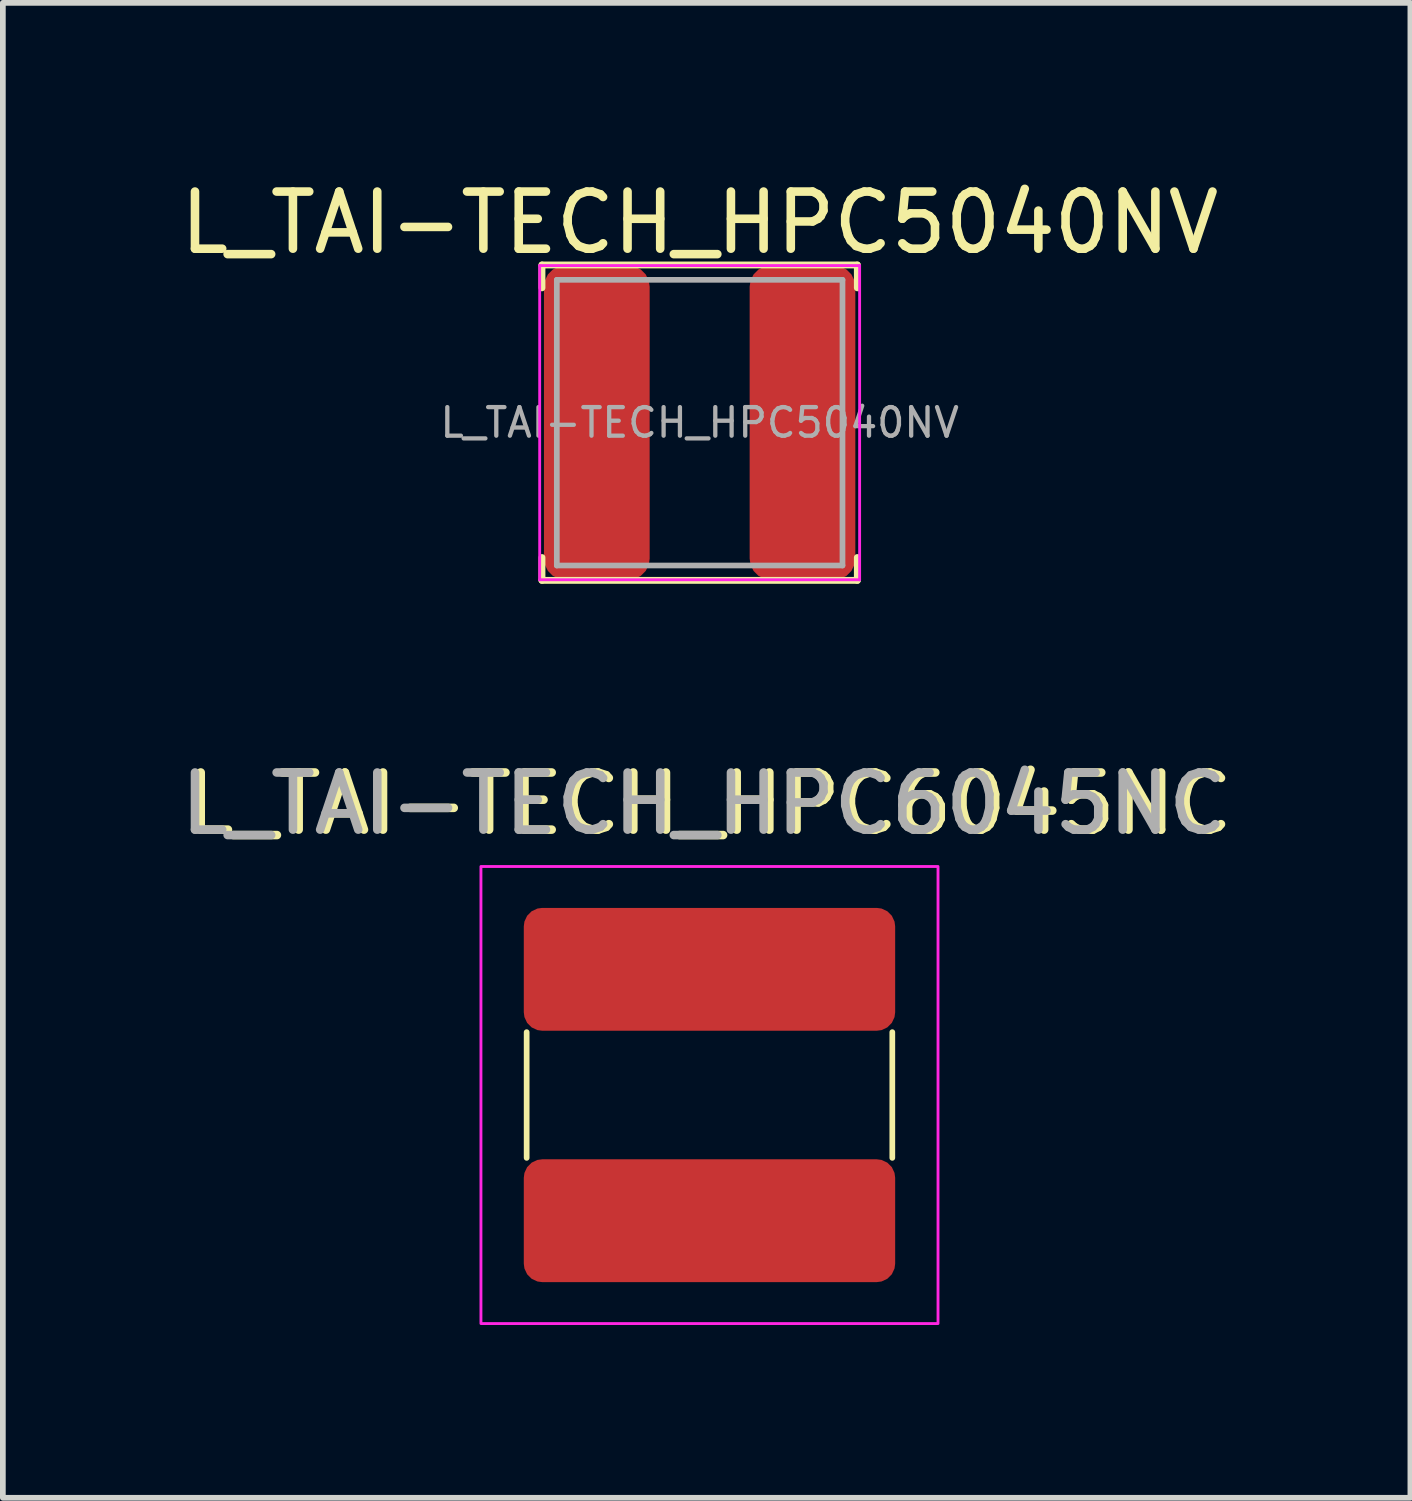
<source format=kicad_pcb>
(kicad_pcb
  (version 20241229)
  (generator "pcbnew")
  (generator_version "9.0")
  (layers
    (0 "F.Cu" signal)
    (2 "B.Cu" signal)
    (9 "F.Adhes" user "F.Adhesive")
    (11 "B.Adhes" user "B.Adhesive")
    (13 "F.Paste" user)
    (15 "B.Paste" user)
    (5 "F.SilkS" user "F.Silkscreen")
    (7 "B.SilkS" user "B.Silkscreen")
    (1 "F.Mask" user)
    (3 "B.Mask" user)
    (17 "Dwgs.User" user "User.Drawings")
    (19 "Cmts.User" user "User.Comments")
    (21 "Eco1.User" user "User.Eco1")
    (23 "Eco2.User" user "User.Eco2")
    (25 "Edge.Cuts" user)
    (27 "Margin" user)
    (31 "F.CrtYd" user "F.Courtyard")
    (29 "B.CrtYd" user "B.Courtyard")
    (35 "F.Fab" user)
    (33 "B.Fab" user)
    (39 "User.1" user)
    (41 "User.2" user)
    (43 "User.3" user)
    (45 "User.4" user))
  (footprint "L_TAI-TECH_HPC5040NV"
    (layer "F.Cu")
    (at 9.196 4.348)
    (property "Reference" "L_TAI-TECH_HPC5040NV" (at 0 -3.5 0) (layer "F.SilkS") (effects (font (size 1 1) (thickness 0.15))))
    (attr smd)
    (fp_line (start -2.76 -2.76) (end -2.76 -2.36) (stroke (width 0.12) (type solid)) (layer "F.SilkS"))
    (fp_line (start -2.76 -2.76) (end 2.76 -2.76) (stroke (width 0.12) (type solid)) (layer "F.SilkS"))
    (fp_line (start -2.76 2.76) (end -2.76 2.36) (stroke (width 0.12) (type solid)) (layer "F.SilkS"))
    (fp_line (start -2.76 2.76) (end 2.76 2.76) (stroke (width 0.12) (type solid)) (layer "F.SilkS"))
    (fp_line (start 2.76 -2.76) (end 2.76 -2.36) (stroke (width 0.12) (type solid)) (layer "F.SilkS"))
    (fp_line (start 2.76 2.76) (end 2.76 2.36) (stroke (width 0.12) (type solid)) (layer "F.SilkS"))
    (fp_line (start -2.8 -2.75) (end -2.8 2.75) (stroke (width 0.05) (type solid)) (layer "F.CrtYd"))
    (fp_line (start -2.8 2.75) (end 2.8 2.75) (stroke (width 0.05) (type solid)) (layer "F.CrtYd"))
    (fp_line (start 2.8 -2.75) (end -2.8 -2.75) (stroke (width 0.05) (type solid)) (layer "F.CrtYd"))
    (fp_line (start 2.8 2.75) (end 2.8 -2.75) (stroke (width 0.05) (type solid)) (layer "F.CrtYd"))
    (fp_line (start -2.5 -2.5) (end -2.5 2.5) (stroke (width 0.1) (type solid)) (layer "F.Fab"))
    (fp_line (start -2.5 2.5) (end 2.5 2.5) (stroke (width 0.1) (type solid)) (layer "F.Fab"))
    (fp_line (start 2.5 -2.5) (end -2.5 -2.5) (stroke (width 0.1) (type solid)) (layer "F.Fab"))
    (fp_line (start 2.5 2.5) (end 2.5 -2.5) (stroke (width 0.1) (type solid)) (layer "F.Fab"))
    (fp_text user "${REFERENCE}" (at 0 0 0) (layer "F.Fab") (effects (font (size 0.5 0.5) (thickness 0.075))))
    (pad "1" smd roundrect (at -1.8 0) (size 1.85 5.5) (layers "F.Cu" "F.Mask" "F.Paste") (roundrect_rratio 0.2))
    (pad "2" smd roundrect (at 1.8 0) (size 1.85 5.5) (layers "F.Cu" "F.Mask" "F.Paste") (roundrect_rratio 0.2)))
  (footprint "L_TAI-TECH_HPC6045NC"
    (layer "F.Cu")
    (at 9.368 16.116)
    (property "Reference" "L_TAI-TECH_HPC6045NC" (at 0 -5.1 0) (unlocked yes) (layer "F.SilkS") (effects (font (size 1 1) (thickness 0.15))))
    (attr smd)
    (fp_line (start -3.2 -1.1) (end -3.2 1.1) (stroke (width 0.1) (type default)) (layer "F.SilkS"))
    (fp_line (start 3.2 -1.1) (end 3.2 1.1) (stroke (width 0.1) (type default)) (layer "F.SilkS"))
    (fp_rect (start -4 -4) (end 4 4) (stroke (width 0.1) (type solid)) (fill no) (layer "Margin"))
    (fp_rect (start -4 -4) (end 4 4) (stroke (width 0.05) (type solid)) (fill no) (layer "F.CrtYd"))
    (fp_text user "${REFERENCE}" (at -0.1 -5.1 0) (unlocked yes) (layer "F.Fab") (effects (font (size 1 1) (thickness 0.15))))
    (pad "1" smd roundrect (at 0 -2.2) (size 6.5 2.15) (layers "F.Cu" "F.Mask" "F.Paste") (roundrect_rratio 0.15))
    (pad "2" smd roundrect (at 0 2.2) (size 6.5 2.15) (layers "F.Cu" "F.Mask" "F.Paste") (roundrect_rratio 0.15)))
  (gr_rect
    (start -3 -3)
    (end 21.636 23.166)
    (stroke (width 0.1) (type default))
    (fill no)
    (layer "Edge.Cuts")))
</source>
